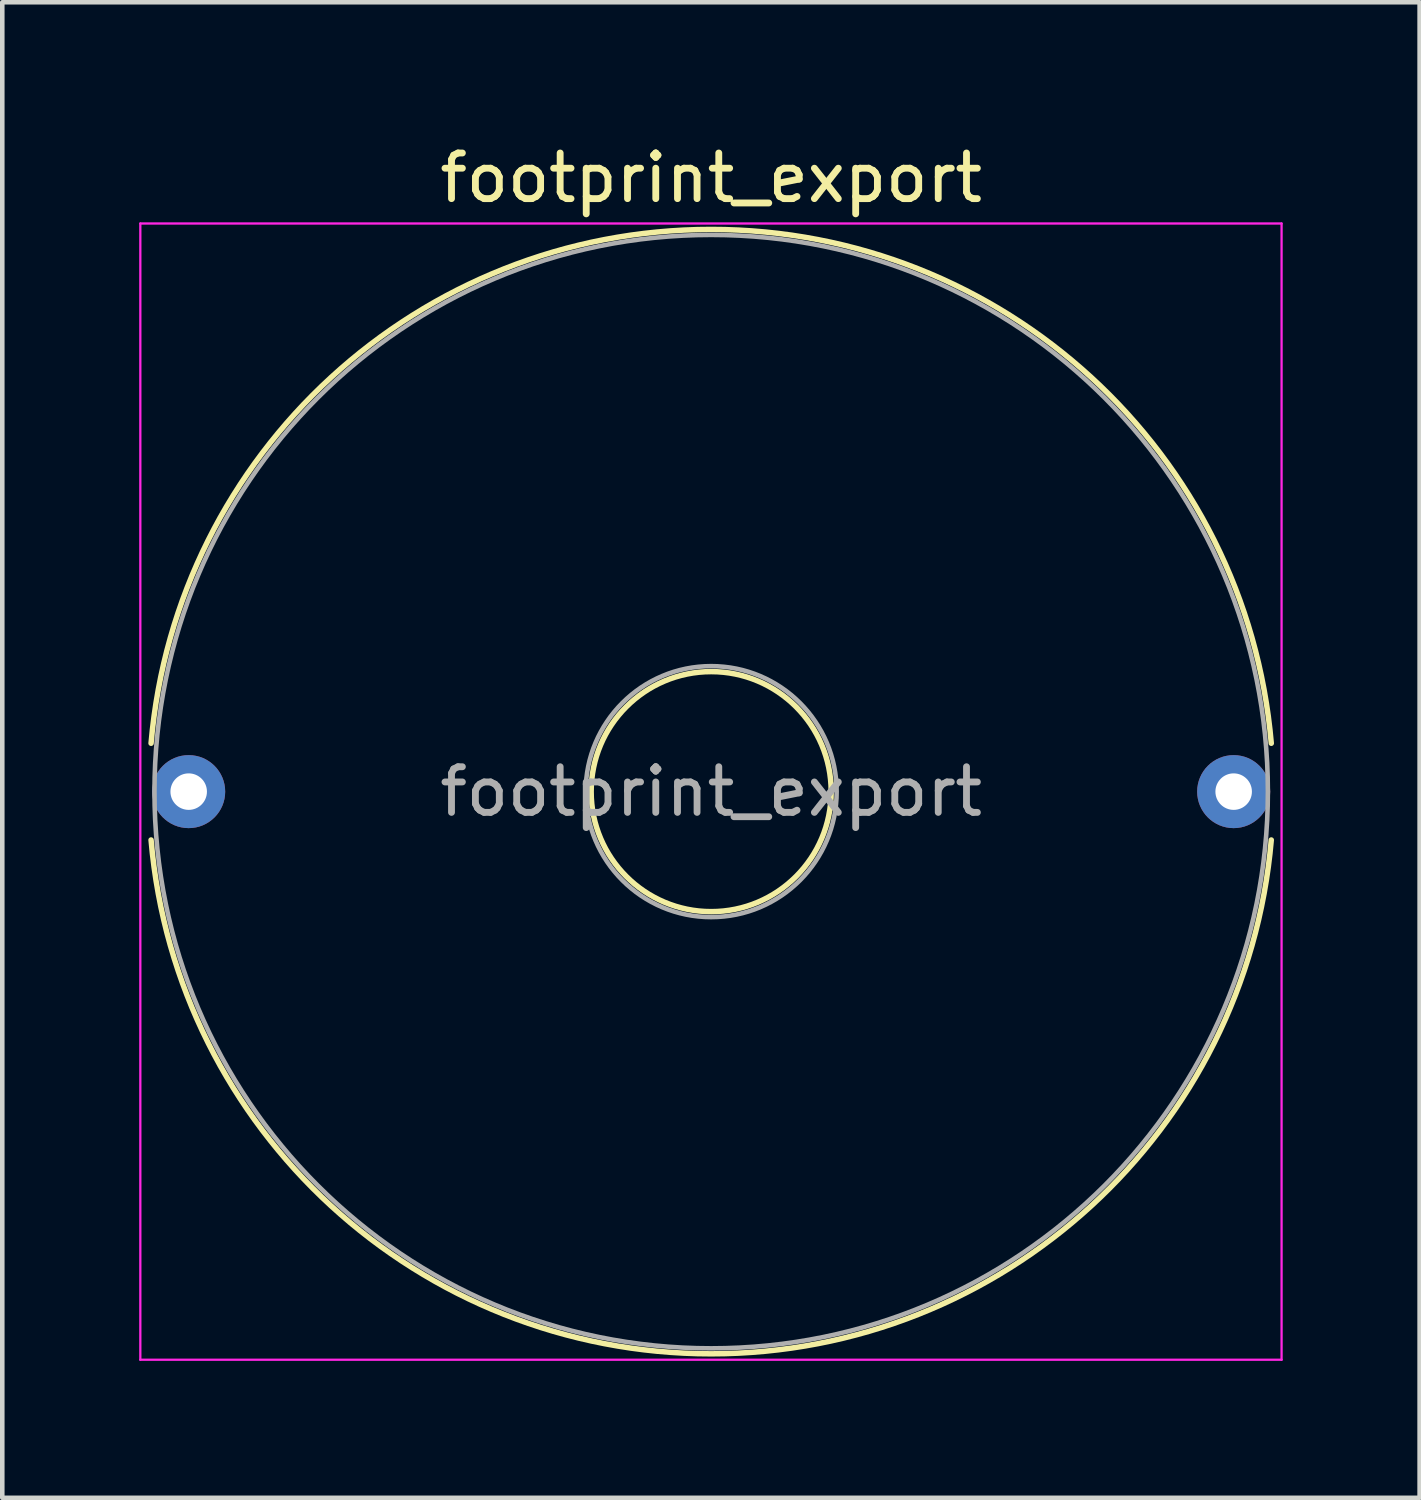
<source format=kicad_pcb>
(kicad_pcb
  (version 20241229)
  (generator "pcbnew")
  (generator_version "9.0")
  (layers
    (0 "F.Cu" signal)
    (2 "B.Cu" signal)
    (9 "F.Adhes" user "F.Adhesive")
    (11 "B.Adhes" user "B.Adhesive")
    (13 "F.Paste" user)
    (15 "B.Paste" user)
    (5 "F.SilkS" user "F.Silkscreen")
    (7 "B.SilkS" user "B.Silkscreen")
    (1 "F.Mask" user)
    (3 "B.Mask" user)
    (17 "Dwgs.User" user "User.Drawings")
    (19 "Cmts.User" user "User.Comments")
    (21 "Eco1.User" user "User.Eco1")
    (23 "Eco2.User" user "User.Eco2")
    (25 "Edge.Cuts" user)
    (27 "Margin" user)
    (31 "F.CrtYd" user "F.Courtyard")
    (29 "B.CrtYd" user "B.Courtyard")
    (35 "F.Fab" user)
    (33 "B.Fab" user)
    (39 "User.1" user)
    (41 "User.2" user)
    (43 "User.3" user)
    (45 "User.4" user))
  (footprint "footprint_export"
    (layer "F.Cu")
    (at 1.085 14.298)
    (property "Reference" "footprint_export" (at 11.45 -13.45 0) (layer "F.SilkS") (effects (font (size 1 1) (thickness 0.15))))
    (attr through_hole)
    (fp_arc (start -0.824315 -1.06) (mid 11.45 -12.32) (end 23.724315 -1.06) (stroke (width 0.12) (type solid)) (layer "F.SilkS"))
    (fp_arc (start 23.724315 1.06) (mid 11.45 12.32) (end -0.824315 1.06) (stroke (width 0.12) (type solid)) (layer "F.SilkS"))
    (fp_circle (center 11.45 0) (end 14.08 0) (stroke (width 0.12) (type solid)) (fill no) (layer "F.SilkS"))
    (fp_line (start -1.06 -12.45) (end -1.06 12.45) (stroke (width 0.05) (type solid)) (layer "F.CrtYd"))
    (fp_line (start -1.06 12.45) (end 23.95 12.45) (stroke (width 0.05) (type solid)) (layer "F.CrtYd"))
    (fp_line (start 23.95 -12.45) (end -1.06 -12.45) (stroke (width 0.05) (type solid)) (layer "F.CrtYd"))
    (fp_line (start 23.95 12.45) (end 23.95 -12.45) (stroke (width 0.05) (type solid)) (layer "F.CrtYd"))
    (fp_circle (center 11.45 0) (end 14.2 0) (stroke (width 0.1) (type solid)) (fill no) (layer "F.Fab"))
    (fp_circle (center 11.45 0) (end 23.65 0) (stroke (width 0.1) (type solid)) (fill no) (layer "F.Fab"))
    (fp_text user "${REFERENCE}" (at 11.45 0 0) (layer "F.Fab") (effects (font (size 1 1) (thickness 0.15))))
    (pad "1" thru_hole circle (at 0 0) (size 1.6 1.6) (drill 0.8) (layers "*.Cu" "*.Mask"))
    (pad "2" thru_hole circle (at 22.9 0) (size 1.6 1.6) (drill 0.8) (layers "*.Cu" "*.Mask")))
  (gr_rect
    (start -3 -3)
    (end 28.06 29.773)
    (stroke (width 0.1) (type default))
    (fill no)
    (layer "Edge.Cuts")))
</source>
